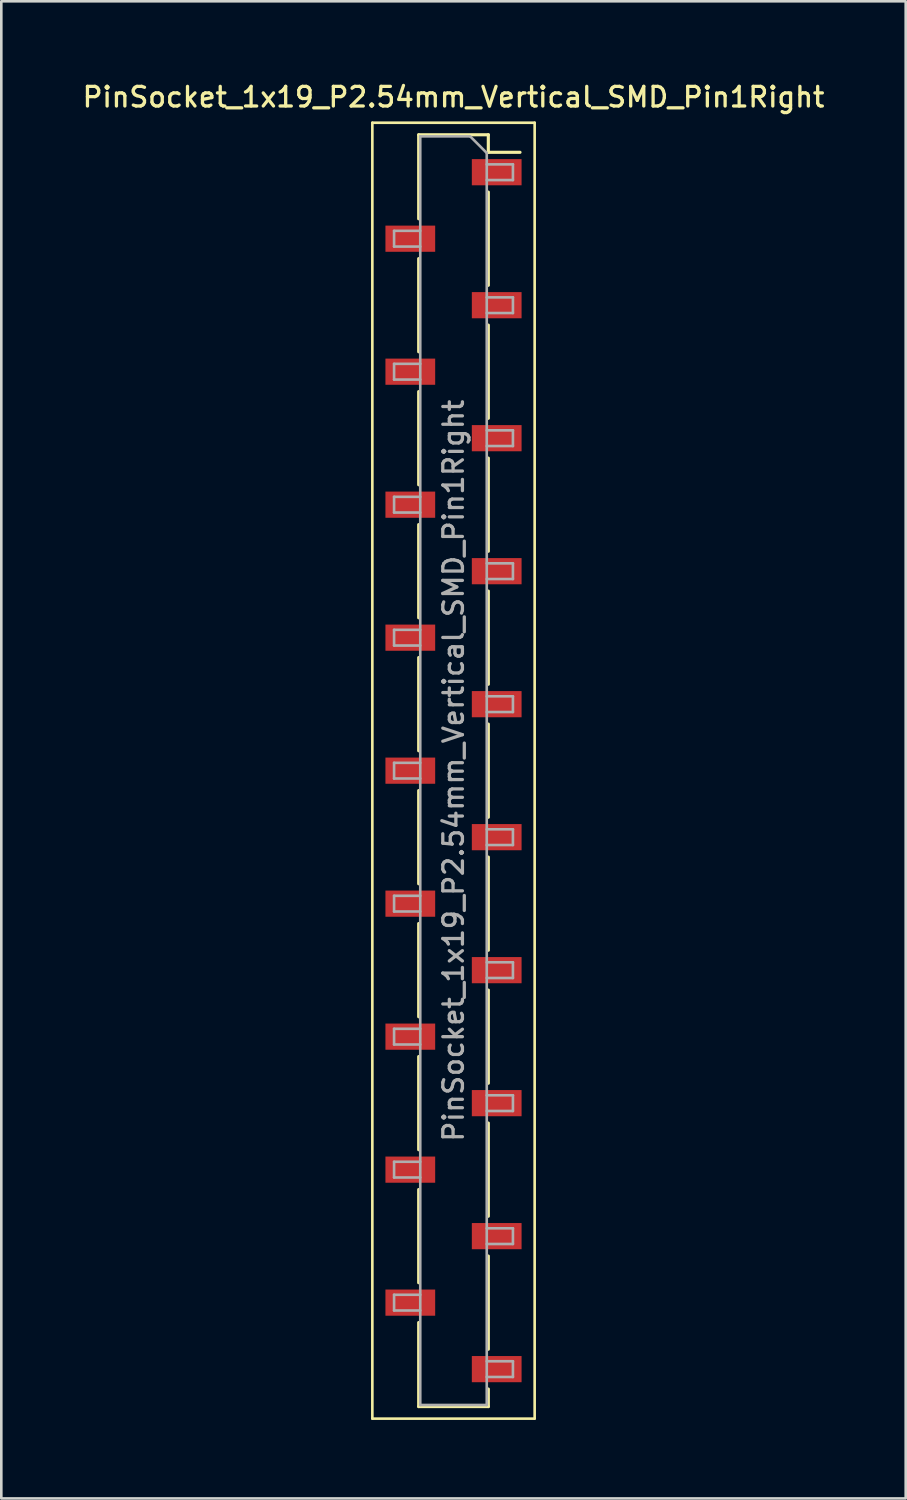
<source format=kicad_pcb>
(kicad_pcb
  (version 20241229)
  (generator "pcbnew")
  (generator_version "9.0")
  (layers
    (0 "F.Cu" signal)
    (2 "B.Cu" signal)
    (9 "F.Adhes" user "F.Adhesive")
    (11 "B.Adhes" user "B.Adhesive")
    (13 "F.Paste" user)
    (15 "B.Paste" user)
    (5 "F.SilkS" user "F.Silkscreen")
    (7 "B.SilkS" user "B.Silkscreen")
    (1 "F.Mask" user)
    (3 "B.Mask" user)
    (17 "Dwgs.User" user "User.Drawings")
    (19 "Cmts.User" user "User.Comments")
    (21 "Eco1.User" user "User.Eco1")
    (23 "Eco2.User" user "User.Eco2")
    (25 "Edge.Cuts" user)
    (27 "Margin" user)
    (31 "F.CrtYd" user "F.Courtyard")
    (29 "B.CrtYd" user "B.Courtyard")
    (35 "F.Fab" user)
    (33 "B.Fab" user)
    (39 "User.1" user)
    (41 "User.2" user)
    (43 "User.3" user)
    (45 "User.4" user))
  (footprint "PinSocket_1x19_P2.54mm_Vertical_SMD_Pin1Right"
    (layer "F.Cu")
    (at 14.273 26.388)
    (property "Reference" "PinSocket_1x19_P2.54mm_Vertical_SMD_Pin1Right" (at 0 -25.73 0) (layer "F.SilkS") (effects (font (size 0.75 0.75) (thickness 0.125))))
    (attr smd)
    (fp_line (start -3.1 -24.75) (end 3.1 -24.75) (stroke (width 0.1) (type solid)) (layer "F.SilkS"))
    (fp_line (start -3.1 24.75) (end -3.1 -24.75) (stroke (width 0.1) (type solid)) (layer "F.SilkS"))
    (fp_line (start -1.33 -24.29) (end -1.33 -21.08) (stroke (width 0.12) (type solid)) (layer "F.SilkS"))
    (fp_line (start -1.33 -24.29) (end 1.33 -24.29) (stroke (width 0.12) (type solid)) (layer "F.SilkS"))
    (fp_line (start -1.33 -19.56) (end -1.33 -16) (stroke (width 0.12) (type solid)) (layer "F.SilkS"))
    (fp_line (start -1.33 -14.48) (end -1.33 -10.92) (stroke (width 0.12) (type solid)) (layer "F.SilkS"))
    (fp_line (start -1.33 -9.4) (end -1.33 -5.84) (stroke (width 0.12) (type solid)) (layer "F.SilkS"))
    (fp_line (start -1.33 -4.32) (end -1.33 -0.76) (stroke (width 0.12) (type solid)) (layer "F.SilkS"))
    (fp_line (start -1.33 0.76) (end -1.33 4.32) (stroke (width 0.12) (type solid)) (layer "F.SilkS"))
    (fp_line (start -1.33 5.84) (end -1.33 9.4) (stroke (width 0.12) (type solid)) (layer "F.SilkS"))
    (fp_line (start -1.33 10.92) (end -1.33 14.48) (stroke (width 0.12) (type solid)) (layer "F.SilkS"))
    (fp_line (start -1.33 16) (end -1.33 19.56) (stroke (width 0.12) (type solid)) (layer "F.SilkS"))
    (fp_line (start -1.33 21.08) (end -1.33 24.29) (stroke (width 0.12) (type solid)) (layer "F.SilkS"))
    (fp_line (start -1.33 24.29) (end 1.33 24.29) (stroke (width 0.12) (type solid)) (layer "F.SilkS"))
    (fp_line (start 1.33 -24.29) (end 1.33 -23.62) (stroke (width 0.12) (type solid)) (layer "F.SilkS"))
    (fp_line (start 1.33 -23.62) (end 2.54 -23.62) (stroke (width 0.12) (type solid)) (layer "F.SilkS"))
    (fp_line (start 1.33 -22.1) (end 1.33 -18.54) (stroke (width 0.12) (type solid)) (layer "F.SilkS"))
    (fp_line (start 1.33 -17.02) (end 1.33 -13.46) (stroke (width 0.12) (type solid)) (layer "F.SilkS"))
    (fp_line (start 1.33 -11.94) (end 1.33 -8.38) (stroke (width 0.12) (type solid)) (layer "F.SilkS"))
    (fp_line (start 1.33 -6.86) (end 1.33 -3.3) (stroke (width 0.12) (type solid)) (layer "F.SilkS"))
    (fp_line (start 1.33 -1.78) (end 1.33 1.78) (stroke (width 0.12) (type solid)) (layer "F.SilkS"))
    (fp_line (start 1.33 3.3) (end 1.33 6.86) (stroke (width 0.12) (type solid)) (layer "F.SilkS"))
    (fp_line (start 1.33 8.38) (end 1.33 11.94) (stroke (width 0.12) (type solid)) (layer "F.SilkS"))
    (fp_line (start 1.33 13.46) (end 1.33 17.02) (stroke (width 0.12) (type solid)) (layer "F.SilkS"))
    (fp_line (start 1.33 18.54) (end 1.33 22.1) (stroke (width 0.12) (type solid)) (layer "F.SilkS"))
    (fp_line (start 1.33 23.62) (end 1.33 24.29) (stroke (width 0.12) (type solid)) (layer "F.SilkS"))
    (fp_line (start 3.1 -24.75) (end 3.1 24.75) (stroke (width 0.1) (type solid)) (layer "F.SilkS"))
    (fp_line (start 3.1 24.75) (end -3.1 24.75) (stroke (width 0.1) (type solid)) (layer "F.SilkS"))
    (fp_line (start -2.27 -20.62) (end -1.27 -20.62) (stroke (width 0.1) (type solid)) (layer "F.Fab"))
    (fp_line (start -2.27 -20.02) (end -2.27 -20.62) (stroke (width 0.1) (type solid)) (layer "F.Fab"))
    (fp_line (start -2.27 -15.54) (end -1.27 -15.54) (stroke (width 0.1) (type solid)) (layer "F.Fab"))
    (fp_line (start -2.27 -14.94) (end -2.27 -15.54) (stroke (width 0.1) (type solid)) (layer "F.Fab"))
    (fp_line (start -2.27 -10.46) (end -1.27 -10.46) (stroke (width 0.1) (type solid)) (layer "F.Fab"))
    (fp_line (start -2.27 -9.86) (end -2.27 -10.46) (stroke (width 0.1) (type solid)) (layer "F.Fab"))
    (fp_line (start -2.27 -5.38) (end -1.27 -5.38) (stroke (width 0.1) (type solid)) (layer "F.Fab"))
    (fp_line (start -2.27 -4.78) (end -2.27 -5.38) (stroke (width 0.1) (type solid)) (layer "F.Fab"))
    (fp_line (start -2.27 -0.3) (end -1.27 -0.3) (stroke (width 0.1) (type solid)) (layer "F.Fab"))
    (fp_line (start -2.27 0.3) (end -2.27 -0.3) (stroke (width 0.1) (type solid)) (layer "F.Fab"))
    (fp_line (start -2.27 4.78) (end -1.27 4.78) (stroke (width 0.1) (type solid)) (layer "F.Fab"))
    (fp_line (start -2.27 5.38) (end -2.27 4.78) (stroke (width 0.1) (type solid)) (layer "F.Fab"))
    (fp_line (start -2.27 9.86) (end -1.27 9.86) (stroke (width 0.1) (type solid)) (layer "F.Fab"))
    (fp_line (start -2.27 10.46) (end -2.27 9.86) (stroke (width 0.1) (type solid)) (layer "F.Fab"))
    (fp_line (start -2.27 14.94) (end -1.27 14.94) (stroke (width 0.1) (type solid)) (layer "F.Fab"))
    (fp_line (start -2.27 15.54) (end -2.27 14.94) (stroke (width 0.1) (type solid)) (layer "F.Fab"))
    (fp_line (start -2.27 20.02) (end -1.27 20.02) (stroke (width 0.1) (type solid)) (layer "F.Fab"))
    (fp_line (start -2.27 20.62) (end -2.27 20.02) (stroke (width 0.1) (type solid)) (layer "F.Fab"))
    (fp_line (start -1.27 -24.23) (end 0.635 -24.23) (stroke (width 0.1) (type solid)) (layer "F.Fab"))
    (fp_line (start -1.27 -20.02) (end -2.27 -20.02) (stroke (width 0.1) (type solid)) (layer "F.Fab"))
    (fp_line (start -1.27 -14.94) (end -2.27 -14.94) (stroke (width 0.1) (type solid)) (layer "F.Fab"))
    (fp_line (start -1.27 -9.86) (end -2.27 -9.86) (stroke (width 0.1) (type solid)) (layer "F.Fab"))
    (fp_line (start -1.27 -4.78) (end -2.27 -4.78) (stroke (width 0.1) (type solid)) (layer "F.Fab"))
    (fp_line (start -1.27 0.3) (end -2.27 0.3) (stroke (width 0.1) (type solid)) (layer "F.Fab"))
    (fp_line (start -1.27 5.38) (end -2.27 5.38) (stroke (width 0.1) (type solid)) (layer "F.Fab"))
    (fp_line (start -1.27 10.46) (end -2.27 10.46) (stroke (width 0.1) (type solid)) (layer "F.Fab"))
    (fp_line (start -1.27 15.54) (end -2.27 15.54) (stroke (width 0.1) (type solid)) (layer "F.Fab"))
    (fp_line (start -1.27 20.62) (end -2.27 20.62) (stroke (width 0.1) (type solid)) (layer "F.Fab"))
    (fp_line (start -1.27 24.23) (end -1.27 -24.23) (stroke (width 0.1) (type solid)) (layer "F.Fab"))
    (fp_line (start 0.635 -24.23) (end 1.27 -23.595) (stroke (width 0.1) (type solid)) (layer "F.Fab"))
    (fp_line (start 1.27 -23.595) (end 1.27 24.23) (stroke (width 0.1) (type solid)) (layer "F.Fab"))
    (fp_line (start 1.27 -23.16) (end 2.27 -23.16) (stroke (width 0.1) (type solid)) (layer "F.Fab"))
    (fp_line (start 1.27 -18.08) (end 2.27 -18.08) (stroke (width 0.1) (type solid)) (layer "F.Fab"))
    (fp_line (start 1.27 -13) (end 2.27 -13) (stroke (width 0.1) (type solid)) (layer "F.Fab"))
    (fp_line (start 1.27 -7.92) (end 2.27 -7.92) (stroke (width 0.1) (type solid)) (layer "F.Fab"))
    (fp_line (start 1.27 -2.84) (end 2.27 -2.84) (stroke (width 0.1) (type solid)) (layer "F.Fab"))
    (fp_line (start 1.27 2.24) (end 2.27 2.24) (stroke (width 0.1) (type solid)) (layer "F.Fab"))
    (fp_line (start 1.27 7.32) (end 2.27 7.32) (stroke (width 0.1) (type solid)) (layer "F.Fab"))
    (fp_line (start 1.27 12.4) (end 2.27 12.4) (stroke (width 0.1) (type solid)) (layer "F.Fab"))
    (fp_line (start 1.27 17.48) (end 2.27 17.48) (stroke (width 0.1) (type solid)) (layer "F.Fab"))
    (fp_line (start 1.27 22.56) (end 2.27 22.56) (stroke (width 0.1) (type solid)) (layer "F.Fab"))
    (fp_line (start 1.27 24.23) (end -1.27 24.23) (stroke (width 0.1) (type solid)) (layer "F.Fab"))
    (fp_line (start 2.27 -23.16) (end 2.27 -22.56) (stroke (width 0.1) (type solid)) (layer "F.Fab"))
    (fp_line (start 2.27 -22.56) (end 1.27 -22.56) (stroke (width 0.1) (type solid)) (layer "F.Fab"))
    (fp_line (start 2.27 -18.08) (end 2.27 -17.48) (stroke (width 0.1) (type solid)) (layer "F.Fab"))
    (fp_line (start 2.27 -17.48) (end 1.27 -17.48) (stroke (width 0.1) (type solid)) (layer "F.Fab"))
    (fp_line (start 2.27 -13) (end 2.27 -12.4) (stroke (width 0.1) (type solid)) (layer "F.Fab"))
    (fp_line (start 2.27 -12.4) (end 1.27 -12.4) (stroke (width 0.1) (type solid)) (layer "F.Fab"))
    (fp_line (start 2.27 -7.92) (end 2.27 -7.32) (stroke (width 0.1) (type solid)) (layer "F.Fab"))
    (fp_line (start 2.27 -7.32) (end 1.27 -7.32) (stroke (width 0.1) (type solid)) (layer "F.Fab"))
    (fp_line (start 2.27 -2.84) (end 2.27 -2.24) (stroke (width 0.1) (type solid)) (layer "F.Fab"))
    (fp_line (start 2.27 -2.24) (end 1.27 -2.24) (stroke (width 0.1) (type solid)) (layer "F.Fab"))
    (fp_line (start 2.27 2.24) (end 2.27 2.84) (stroke (width 0.1) (type solid)) (layer "F.Fab"))
    (fp_line (start 2.27 2.84) (end 1.27 2.84) (stroke (width 0.1) (type solid)) (layer "F.Fab"))
    (fp_line (start 2.27 7.32) (end 2.27 7.92) (stroke (width 0.1) (type solid)) (layer "F.Fab"))
    (fp_line (start 2.27 7.92) (end 1.27 7.92) (stroke (width 0.1) (type solid)) (layer "F.Fab"))
    (fp_line (start 2.27 12.4) (end 2.27 13) (stroke (width 0.1) (type solid)) (layer "F.Fab"))
    (fp_line (start 2.27 13) (end 1.27 13) (stroke (width 0.1) (type solid)) (layer "F.Fab"))
    (fp_line (start 2.27 17.48) (end 2.27 18.08) (stroke (width 0.1) (type solid)) (layer "F.Fab"))
    (fp_line (start 2.27 18.08) (end 1.27 18.08) (stroke (width 0.1) (type solid)) (layer "F.Fab"))
    (fp_line (start 2.27 22.56) (end 2.27 23.16) (stroke (width 0.1) (type solid)) (layer "F.Fab"))
    (fp_line (start 2.27 23.16) (end 1.27 23.16) (stroke (width 0.1) (type solid)) (layer "F.Fab"))
    (fp_text user "${REFERENCE}" (at 0 0 90) (layer "F.Fab") (effects (font (size 0.75 0.75) (thickness 0.125))))
    (pad "1" smd rect (at 1.65 -22.86) (size 1.9 1) (layers "F.Cu" "F.Mask" "F.Paste"))
    (pad "2" smd rect (at -1.65 -20.32) (size 1.9 1) (layers "F.Cu" "F.Mask" "F.Paste"))
    (pad "3" smd rect (at 1.65 -17.78) (size 1.9 1) (layers "F.Cu" "F.Mask" "F.Paste"))
    (pad "4" smd rect (at -1.65 -15.24) (size 1.9 1) (layers "F.Cu" "F.Mask" "F.Paste"))
    (pad "5" smd rect (at 1.65 -12.7) (size 1.9 1) (layers "F.Cu" "F.Mask" "F.Paste"))
    (pad "6" smd rect (at -1.65 -10.16) (size 1.9 1) (layers "F.Cu" "F.Mask" "F.Paste"))
    (pad "7" smd rect (at 1.65 -7.62) (size 1.9 1) (layers "F.Cu" "F.Mask" "F.Paste"))
    (pad "8" smd rect (at -1.65 -5.08) (size 1.9 1) (layers "F.Cu" "F.Mask" "F.Paste"))
    (pad "9" smd rect (at 1.65 -2.54) (size 1.9 1) (layers "F.Cu" "F.Mask" "F.Paste"))
    (pad "10" smd rect (at -1.65 0) (size 1.9 1) (layers "F.Cu" "F.Mask" "F.Paste"))
    (pad "11" smd rect (at 1.65 2.54) (size 1.9 1) (layers "F.Cu" "F.Mask" "F.Paste"))
    (pad "12" smd rect (at -1.65 5.08) (size 1.9 1) (layers "F.Cu" "F.Mask" "F.Paste"))
    (pad "13" smd rect (at 1.65 7.62) (size 1.9 1) (layers "F.Cu" "F.Mask" "F.Paste"))
    (pad "14" smd rect (at -1.65 10.16) (size 1.9 1) (layers "F.Cu" "F.Mask" "F.Paste"))
    (pad "15" smd rect (at 1.65 12.7) (size 1.9 1) (layers "F.Cu" "F.Mask" "F.Paste"))
    (pad "16" smd rect (at -1.65 15.24) (size 1.9 1) (layers "F.Cu" "F.Mask" "F.Paste"))
    (pad "17" smd rect (at 1.65 17.78) (size 1.9 1) (layers "F.Cu" "F.Mask" "F.Paste"))
    (pad "18" smd rect (at -1.65 20.32) (size 1.9 1) (layers "F.Cu" "F.Mask" "F.Paste"))
    (pad "19" smd rect (at 1.65 22.86) (size 1.9 1) (layers "F.Cu" "F.Mask" "F.Paste")))
  (gr_rect
    (start -3 -3)
    (end 31.546 54.188)
    (stroke (width 0.1) (type default))
    (fill no)
    (layer "Edge.Cuts")))
</source>
